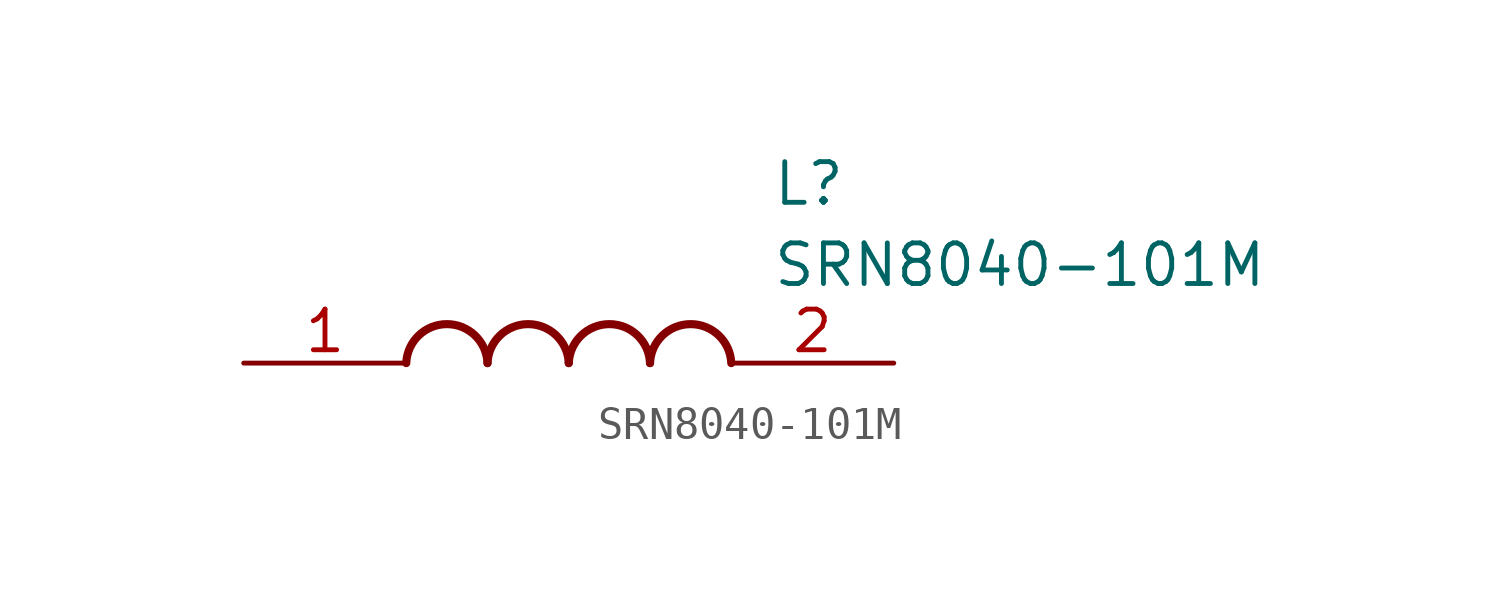
<source format=kicad_sym>
(kicad_symbol_lib
  (version 20211014)
  (generator SamacSys_ECAD_Model)
  (symbol "SRN8040-101M"
    (pin_names hide)
    (property "Reference" "L"
      (at 16.51 6.35 0)
      (effects (font (size 1.27 1.27)) (justify left top)))
    (property "Value" "SRN8040-101M"
      (at 16.51 3.81 0)
      (effects (font (size 1.27 1.27)) (justify left top)))
    (arc
      (start 7.62 0)
      (mid 6.35 1.219)
      (end 5.08 0)
      (stroke (width 0.254) (type default))
      (fill (type none)))
    (arc
      (start 10.16 0)
      (mid 8.89 1.219)
      (end 7.62 0)
      (stroke (width 0.254) (type default))
      (fill (type none)))
    (arc
      (start 12.7 0)
      (mid 11.43 1.219)
      (end 10.16 0)
      (stroke (width 0.254) (type default))
      (fill (type none)))
    (arc
      (start 15.24 0)
      (mid 13.97 1.219)
      (end 12.7 0)
      (stroke (width 0.254) (type default))
      (fill (type none)))
    (pin passive line
      (at 0 0 0)
      (length 5.08)
      (name "1" (effects (font (size 1.27 1.27))))
      (number "1" (effects (font (size 1.27 1.27)))))
    (pin passive line
      (at 20.32 0 180)
      (length 5.08)
      (name "2" (effects (font (size 1.27 1.27))))
      (number "2" (effects (font (size 1.27 1.27)))))))
</source>
